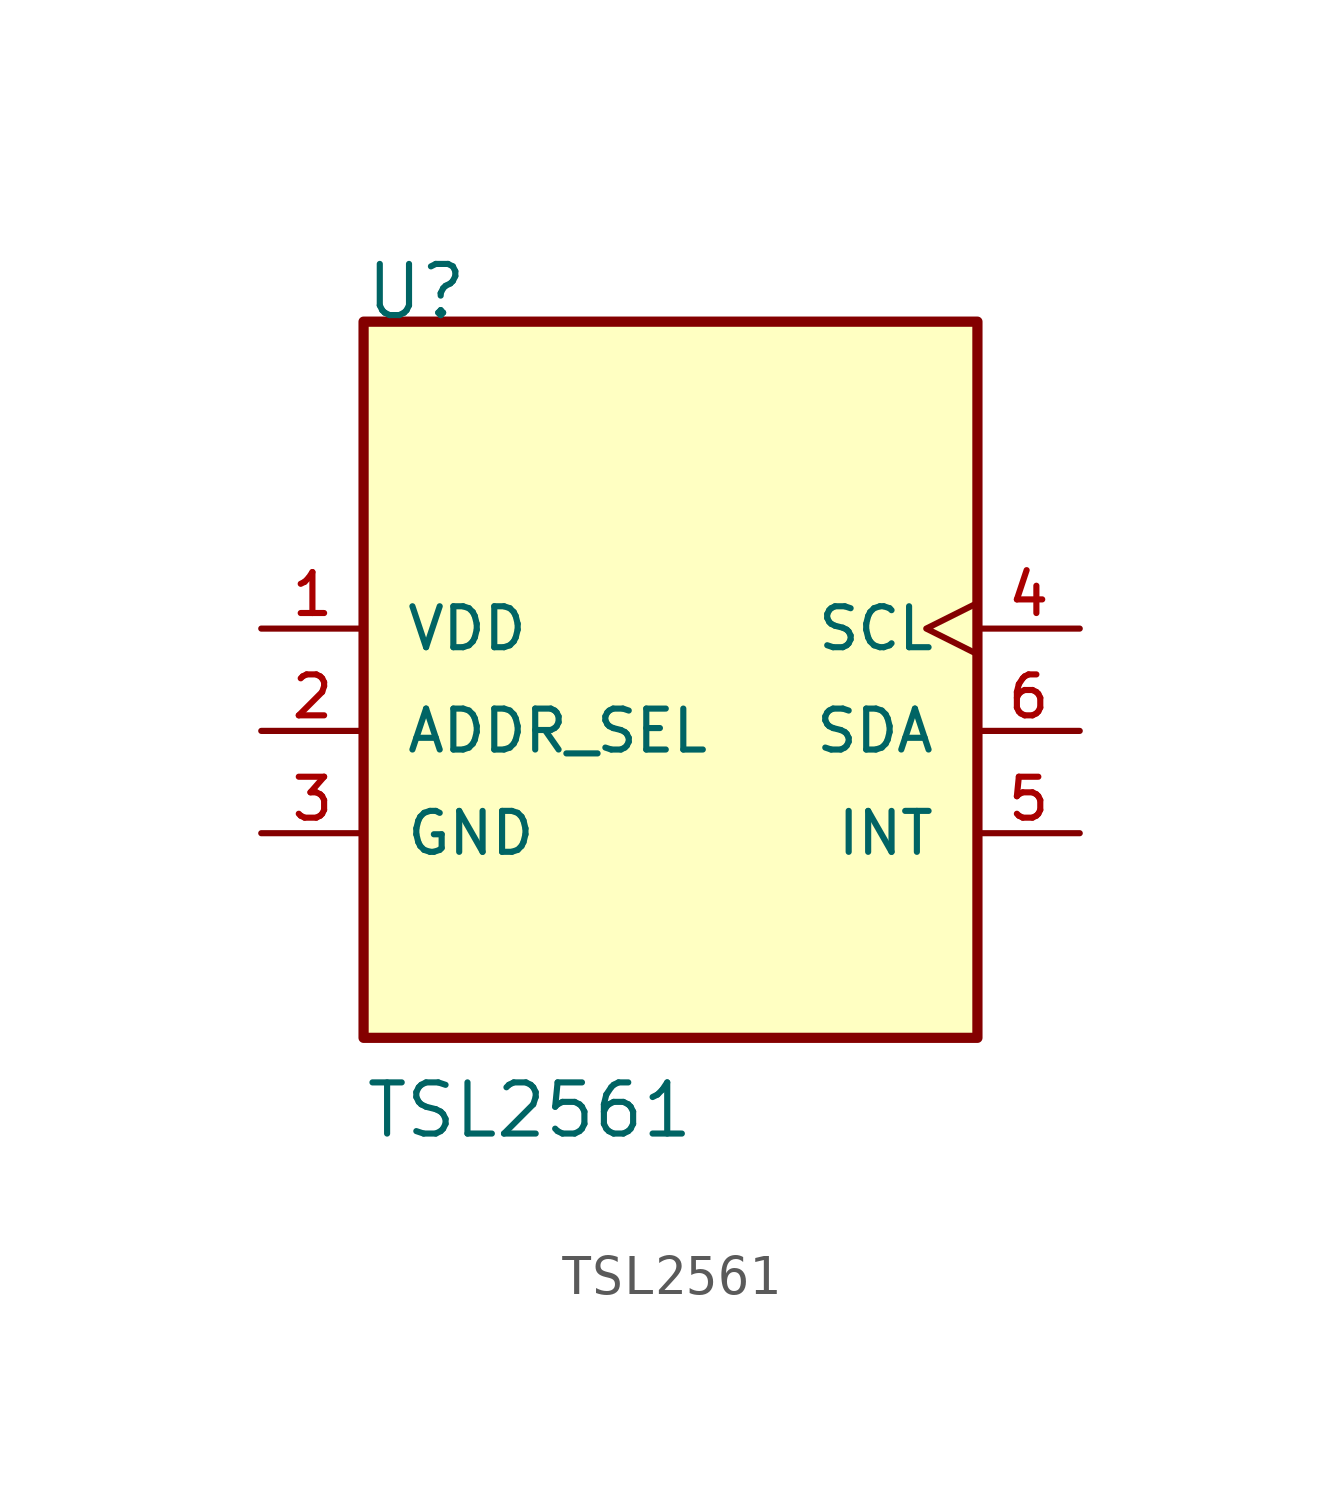
<source format=kicad_sym>
(kicad_symbol_lib
  (version 20211014)
  (generator kicad_symbol_editor)
  (symbol "TSL2561"
    (pin_names
      (offset 1.016))
    (property "Reference" "U"
      (at -7.62 10.16 0)
      (effects (font (size 1.27 1.27)) (justify left bottom)))
    (property "Value" "TSL2561"
      (at -7.62 -10.16 0)
      (effects (font (size 1.27 1.27)) (justify left bottom)))
    (property "ki_locked" ""
      (at 0 0 0)
      (effects (font (size 1.27 1.27))))
    (symbol "TSL2561_0_0"
      (rectangle (start -7.62 10.16) (end 7.62 -7.62) (stroke (width 0.254) (type default) (color 0 0 0 0)) (fill (type background)))
      (pin power_in line (at -10.16 2.54 0) (length 2.54) (name "VDD" (effects (font (size 1.016 1.016)))) (number "1" (effects (font (size 1.016 1.016)))))
      (pin input line (at -10.16 0 0) (length 2.54) (name "ADDR_SEL" (effects (font (size 1.016 1.016)))) (number "2" (effects (font (size 1.016 1.016)))))
      (pin power_in line (at -10.16 -2.54 0) (length 2.54) (name "GND" (effects (font (size 1.016 1.016)))) (number "3" (effects (font (size 1.016 1.016)))))
      (pin input clock (at 10.16 2.54 180) (length 2.54) (name "SCL" (effects (font (size 1.016 1.016)))) (number "4" (effects (font (size 1.016 1.016)))))
      (pin output line (at 10.16 -2.54 180) (length 2.54) (name "INT" (effects (font (size 1.016 1.016)))) (number "5" (effects (font (size 1.016 1.016)))))
      (pin bidirectional line (at 10.16 0 180) (length 2.54) (name "SDA" (effects (font (size 1.016 1.016)))) (number "6" (effects (font (size 1.016 1.016))))))))
</source>
